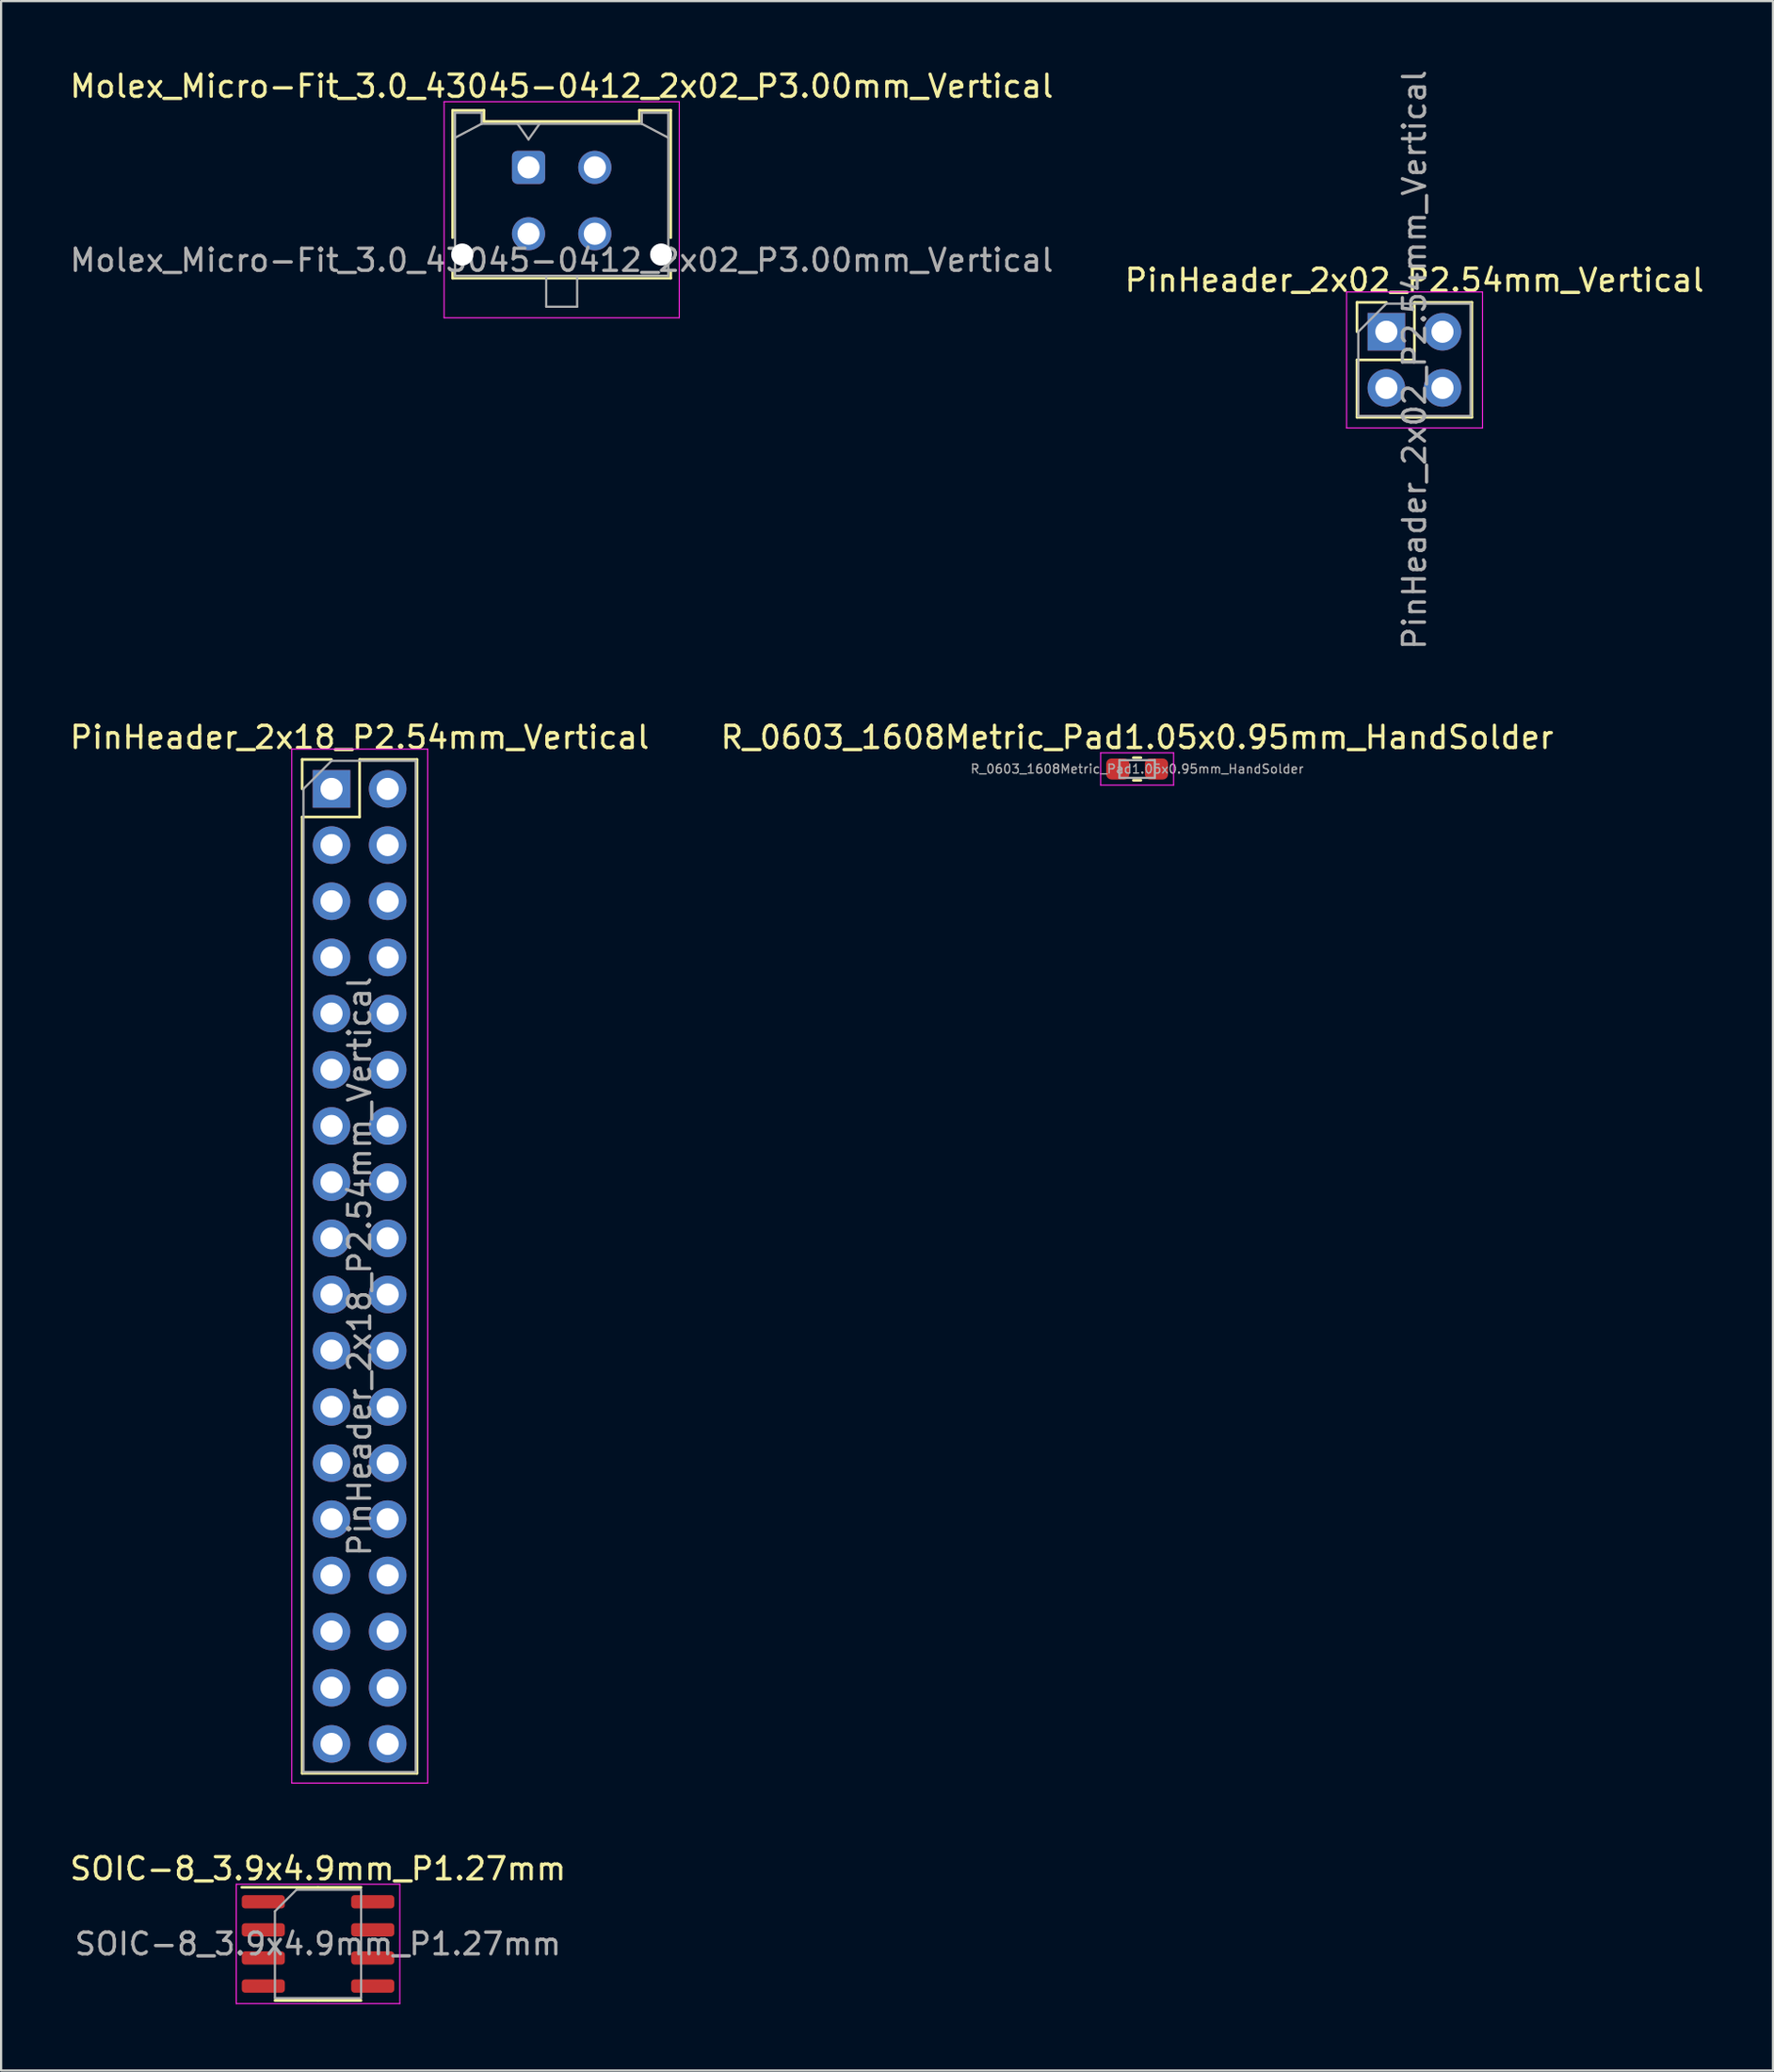
<source format=kicad_pcb>
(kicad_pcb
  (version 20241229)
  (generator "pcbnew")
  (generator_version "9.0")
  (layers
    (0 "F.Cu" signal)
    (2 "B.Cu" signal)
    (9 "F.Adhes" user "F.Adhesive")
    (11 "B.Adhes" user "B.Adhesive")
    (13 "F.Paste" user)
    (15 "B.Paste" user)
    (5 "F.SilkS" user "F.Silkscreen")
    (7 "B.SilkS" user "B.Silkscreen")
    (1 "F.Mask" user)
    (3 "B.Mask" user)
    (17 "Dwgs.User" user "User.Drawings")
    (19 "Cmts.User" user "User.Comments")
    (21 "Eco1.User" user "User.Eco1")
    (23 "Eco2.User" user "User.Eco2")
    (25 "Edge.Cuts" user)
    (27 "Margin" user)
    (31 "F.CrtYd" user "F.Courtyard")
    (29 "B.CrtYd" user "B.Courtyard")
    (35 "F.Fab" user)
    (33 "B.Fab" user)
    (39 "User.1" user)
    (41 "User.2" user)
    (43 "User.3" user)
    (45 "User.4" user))
  (footprint "PinHeader_2x18_P2.54mm_Vertical"
    (layer "F.Cu")
    (at 11.95 32.619)
    (property "Reference" "PinHeader_2x18_P2.54mm_Vertical" (at 1.27 -2.33 180) (layer "F.SilkS") (effects (font (size 1 1) (thickness 0.15))))
    (attr through_hole)
    (fp_line (start -1.33 -1.33) (end 0 -1.33) (stroke (width 0.12) (type solid)) (layer "F.SilkS"))
    (fp_line (start -1.33 0) (end -1.33 -1.33) (stroke (width 0.12) (type solid)) (layer "F.SilkS"))
    (fp_line (start -1.33 1.27) (end -1.33 44.51) (stroke (width 0.12) (type solid)) (layer "F.SilkS"))
    (fp_line (start -1.33 1.27) (end 1.27 1.27) (stroke (width 0.12) (type solid)) (layer "F.SilkS"))
    (fp_line (start -1.33 44.51) (end 3.87 44.51) (stroke (width 0.12) (type solid)) (layer "F.SilkS"))
    (fp_line (start 1.27 -1.33) (end 3.87 -1.33) (stroke (width 0.12) (type solid)) (layer "F.SilkS"))
    (fp_line (start 1.27 1.27) (end 1.27 -1.33) (stroke (width 0.12) (type solid)) (layer "F.SilkS"))
    (fp_line (start 3.87 -1.33) (end 3.87 44.51) (stroke (width 0.12) (type solid)) (layer "F.SilkS"))
    (fp_line (start -1.8 -1.8) (end -1.8 44.95) (stroke (width 0.05) (type solid)) (layer "F.CrtYd"))
    (fp_line (start -1.8 44.95) (end 4.35 44.95) (stroke (width 0.05) (type solid)) (layer "F.CrtYd"))
    (fp_line (start 4.35 -1.8) (end -1.8 -1.8) (stroke (width 0.05) (type solid)) (layer "F.CrtYd"))
    (fp_line (start 4.35 44.95) (end 4.35 -1.8) (stroke (width 0.05) (type solid)) (layer "F.CrtYd"))
    (fp_line (start -1.27 0) (end 0 -1.27) (stroke (width 0.1) (type solid)) (layer "F.Fab"))
    (fp_line (start -1.27 44.45) (end -1.27 0) (stroke (width 0.1) (type solid)) (layer "F.Fab"))
    (fp_line (start 0 -1.27) (end 3.81 -1.27) (stroke (width 0.1) (type solid)) (layer "F.Fab"))
    (fp_line (start 3.81 -1.27) (end 3.81 44.45) (stroke (width 0.1) (type solid)) (layer "F.Fab"))
    (fp_line (start 3.81 44.45) (end -1.27 44.45) (stroke (width 0.1) (type solid)) (layer "F.Fab"))
    (fp_text user "${REFERENCE}" (at 1.27 21.59 90) (layer "F.Fab") (effects (font (size 1 1) (thickness 0.15))))
    (pad "1" thru_hole rect (at 0 0) (size 1.7 1.7) (drill 1) (layers "*.Cu" "*.Mask"))
    (pad "2" thru_hole oval (at 2.54 0) (size 1.7 1.7) (drill 1) (layers "*.Cu" "*.Mask"))
    (pad "3" thru_hole oval (at 0 2.54) (size 1.7 1.7) (drill 1) (layers "*.Cu" "*.Mask"))
    (pad "4" thru_hole oval (at 2.54 2.54) (size 1.7 1.7) (drill 1) (layers "*.Cu" "*.Mask"))
    (pad "5" thru_hole oval (at 0 5.08) (size 1.7 1.7) (drill 1) (layers "*.Cu" "*.Mask"))
    (pad "6" thru_hole oval (at 2.54 5.08) (size 1.7 1.7) (drill 1) (layers "*.Cu" "*.Mask"))
    (pad "7" thru_hole oval (at 0 7.62) (size 1.7 1.7) (drill 1) (layers "*.Cu" "*.Mask"))
    (pad "8" thru_hole oval (at 2.54 7.62) (size 1.7 1.7) (drill 1) (layers "*.Cu" "*.Mask"))
    (pad "9" thru_hole oval (at 0 10.16) (size 1.7 1.7) (drill 1) (layers "*.Cu" "*.Mask"))
    (pad "10" thru_hole oval (at 2.54 10.16) (size 1.7 1.7) (drill 1) (layers "*.Cu" "*.Mask"))
    (pad "11" thru_hole oval (at 0 12.7) (size 1.7 1.7) (drill 1) (layers "*.Cu" "*.Mask"))
    (pad "12" thru_hole oval (at 2.54 12.7) (size 1.7 1.7) (drill 1) (layers "*.Cu" "*.Mask"))
    (pad "13" thru_hole oval (at 0 15.24) (size 1.7 1.7) (drill 1) (layers "*.Cu" "*.Mask"))
    (pad "14" thru_hole oval (at 2.54 15.24) (size 1.7 1.7) (drill 1) (layers "*.Cu" "*.Mask"))
    (pad "15" thru_hole oval (at 0 17.78) (size 1.7 1.7) (drill 1) (layers "*.Cu" "*.Mask"))
    (pad "16" thru_hole oval (at 2.54 17.78) (size 1.7 1.7) (drill 1) (layers "*.Cu" "*.Mask"))
    (pad "17" thru_hole oval (at 0 20.32) (size 1.7 1.7) (drill 1) (layers "*.Cu" "*.Mask"))
    (pad "18" thru_hole oval (at 2.54 20.32) (size 1.7 1.7) (drill 1) (layers "*.Cu" "*.Mask"))
    (pad "19" thru_hole oval (at 0 22.86) (size 1.7 1.7) (drill 1) (layers "*.Cu" "*.Mask"))
    (pad "20" thru_hole oval (at 2.54 22.86) (size 1.7 1.7) (drill 1) (layers "*.Cu" "*.Mask"))
    (pad "21" thru_hole oval (at 0 25.4) (size 1.7 1.7) (drill 1) (layers "*.Cu" "*.Mask"))
    (pad "22" thru_hole oval (at 2.54 25.4) (size 1.7 1.7) (drill 1) (layers "*.Cu" "*.Mask"))
    (pad "23" thru_hole oval (at 0 27.94) (size 1.7 1.7) (drill 1) (layers "*.Cu" "*.Mask"))
    (pad "24" thru_hole oval (at 2.54 27.94) (size 1.7 1.7) (drill 1) (layers "*.Cu" "*.Mask"))
    (pad "25" thru_hole oval (at 0 30.48) (size 1.7 1.7) (drill 1) (layers "*.Cu" "*.Mask"))
    (pad "26" thru_hole oval (at 2.54 30.48) (size 1.7 1.7) (drill 1) (layers "*.Cu" "*.Mask"))
    (pad "27" thru_hole oval (at 0 33.02) (size 1.7 1.7) (drill 1) (layers "*.Cu" "*.Mask"))
    (pad "28" thru_hole oval (at 2.54 33.02) (size 1.7 1.7) (drill 1) (layers "*.Cu" "*.Mask"))
    (pad "29" thru_hole oval (at 0 35.56) (size 1.7 1.7) (drill 1) (layers "*.Cu" "*.Mask"))
    (pad "30" thru_hole oval (at 2.54 35.56) (size 1.7 1.7) (drill 1) (layers "*.Cu" "*.Mask"))
    (pad "31" thru_hole oval (at 0 38.1) (size 1.7 1.7) (drill 1) (layers "*.Cu" "*.Mask"))
    (pad "32" thru_hole oval (at 2.54 38.1) (size 1.7 1.7) (drill 1) (layers "*.Cu" "*.Mask"))
    (pad "33" thru_hole oval (at 0 40.64) (size 1.7 1.7) (drill 1) (layers "*.Cu" "*.Mask"))
    (pad "34" thru_hole oval (at 2.54 40.64) (size 1.7 1.7) (drill 1) (layers "*.Cu" "*.Mask"))
    (pad "35" thru_hole oval (at 0 43.18) (size 1.7 1.7) (drill 1) (layers "*.Cu" "*.Mask"))
    (pad "36" thru_hole oval (at 2.54 43.18) (size 1.7 1.7) (drill 1) (layers "*.Cu" "*.Mask")))
  (footprint "R_0603_1608Metric_Pad1.05x0.95mm_HandSolder"
    (layer "F.Cu")
    (at 48.399 31.719)
    (property "Reference" "R_0603_1608Metric_Pad1.05x0.95mm_HandSolder" (at 0 -1.43 180) (layer "F.SilkS") (effects (font (size 1 1) (thickness 0.15))))
    (attr smd)
    (fp_line (start -0.171 -0.51) (end 0.171 -0.51) (stroke (width 0.12) (type solid)) (layer "F.SilkS"))
    (fp_line (start -0.171 0.51) (end 0.171 0.51) (stroke (width 0.12) (type solid)) (layer "F.SilkS"))
    (fp_line (start -1.65 -0.73) (end 1.65 -0.73) (stroke (width 0.05) (type solid)) (layer "F.CrtYd"))
    (fp_line (start -1.65 0.73) (end -1.65 -0.73) (stroke (width 0.05) (type solid)) (layer "F.CrtYd"))
    (fp_line (start 1.65 -0.73) (end 1.65 0.73) (stroke (width 0.05) (type solid)) (layer "F.CrtYd"))
    (fp_line (start 1.65 0.73) (end -1.65 0.73) (stroke (width 0.05) (type solid)) (layer "F.CrtYd"))
    (fp_line (start -0.8 -0.4) (end 0.8 -0.4) (stroke (width 0.1) (type solid)) (layer "F.Fab"))
    (fp_line (start -0.8 0.4) (end -0.8 -0.4) (stroke (width 0.1) (type solid)) (layer "F.Fab"))
    (fp_line (start 0.8 -0.4) (end 0.8 0.4) (stroke (width 0.1) (type solid)) (layer "F.Fab"))
    (fp_line (start 0.8 0.4) (end -0.8 0.4) (stroke (width 0.1) (type solid)) (layer "F.Fab"))
    (fp_text user "${REFERENCE}" (at 0 0 180) (layer "F.Fab") (effects (font (size 0.4 0.4) (thickness 0.06))))
    (pad "1" smd roundrect (at -0.875 0) (size 1.05 0.95) (layers "F.Cu" "F.Mask" "F.Paste") (roundrect_rratio 0.25))
    (pad "2" smd roundrect (at 0.875 0) (size 1.05 0.95) (layers "F.Cu" "F.Mask" "F.Paste") (roundrect_rratio 0.25)))
  (footprint "SOIC-8_3.9x4.9mm_P1.27mm"
    (layer "F.Cu")
    (at 11.339 84.842)
    (property "Reference" "SOIC-8_3.9x4.9mm_P1.27mm" (at 0 -3.4 180) (layer "F.SilkS") (effects (font (size 1 1) (thickness 0.15))))
    (attr smd)
    (fp_line (start 0 -2.56) (end -3.45 -2.56) (stroke (width 0.12) (type solid)) (layer "F.SilkS"))
    (fp_line (start 0 -2.56) (end 1.95 -2.56) (stroke (width 0.12) (type solid)) (layer "F.SilkS"))
    (fp_line (start 0 2.56) (end -1.95 2.56) (stroke (width 0.12) (type solid)) (layer "F.SilkS"))
    (fp_line (start 0 2.56) (end 1.95 2.56) (stroke (width 0.12) (type solid)) (layer "F.SilkS"))
    (fp_line (start -3.7 -2.7) (end -3.7 2.7) (stroke (width 0.05) (type solid)) (layer "F.CrtYd"))
    (fp_line (start -3.7 2.7) (end 3.7 2.7) (stroke (width 0.05) (type solid)) (layer "F.CrtYd"))
    (fp_line (start 3.7 -2.7) (end -3.7 -2.7) (stroke (width 0.05) (type solid)) (layer "F.CrtYd"))
    (fp_line (start 3.7 2.7) (end 3.7 -2.7) (stroke (width 0.05) (type solid)) (layer "F.CrtYd"))
    (fp_line (start -1.95 -1.475) (end -0.975 -2.45) (stroke (width 0.1) (type solid)) (layer "F.Fab"))
    (fp_line (start -1.95 2.45) (end -1.95 -1.475) (stroke (width 0.1) (type solid)) (layer "F.Fab"))
    (fp_line (start -0.975 -2.45) (end 1.95 -2.45) (stroke (width 0.1) (type solid)) (layer "F.Fab"))
    (fp_line (start 1.95 -2.45) (end 1.95 2.45) (stroke (width 0.1) (type solid)) (layer "F.Fab"))
    (fp_line (start 1.95 2.45) (end -1.95 2.45) (stroke (width 0.1) (type solid)) (layer "F.Fab"))
    (fp_text user "${REFERENCE}" (at 0 0 180) (layer "F.Fab") (effects (font (size 0.98 0.98) (thickness 0.15))))
    (pad "1" smd roundrect (at -2.475 -1.905) (size 1.95 0.6) (layers "F.Cu" "F.Mask" "F.Paste") (roundrect_rratio 0.25))
    (pad "2" smd roundrect (at -2.475 -0.635) (size 1.95 0.6) (layers "F.Cu" "F.Mask" "F.Paste") (roundrect_rratio 0.25))
    (pad "3" smd roundrect (at -2.475 0.635) (size 1.95 0.6) (layers "F.Cu" "F.Mask" "F.Paste") (roundrect_rratio 0.25))
    (pad "4" smd roundrect (at -2.475 1.905) (size 1.95 0.6) (layers "F.Cu" "F.Mask" "F.Paste") (roundrect_rratio 0.25))
    (pad "5" smd roundrect (at 2.475 1.905) (size 1.95 0.6) (layers "F.Cu" "F.Mask" "F.Paste") (roundrect_rratio 0.25))
    (pad "6" smd roundrect (at 2.475 0.635) (size 1.95 0.6) (layers "F.Cu" "F.Mask" "F.Paste") (roundrect_rratio 0.25))
    (pad "7" smd roundrect (at 2.475 -0.635) (size 1.95 0.6) (layers "F.Cu" "F.Mask" "F.Paste") (roundrect_rratio 0.25))
    (pad "8" smd roundrect (at 2.475 -1.905) (size 1.95 0.6) (layers "F.Cu" "F.Mask" "F.Paste") (roundrect_rratio 0.25)))
  (footprint "Molex_Micro-Fit_3.0_43045-0412_2x02_P3.00mm_Vertical"
    (layer "F.Cu")
    (at 20.863 4.518)
    (property "Reference" "Molex_Micro-Fit_3.0_43045-0412_2x02_P3.00mm_Vertical" (at 1.5 -3.67 0) (layer "F.SilkS") (effects (font (size 1 1) (thickness 0.15))))
    (attr through_hole)
    (fp_line (start -3.435 -2.58) (end -2.015 -2.58) (stroke (width 0.12) (type solid)) (layer "F.SilkS"))
    (fp_line (start -3.435 3.18) (end -3.435 -2.58) (stroke (width 0.12) (type solid)) (layer "F.SilkS"))
    (fp_line (start -3.435 4.7) (end -3.435 5.01) (stroke (width 0.12) (type solid)) (layer "F.SilkS"))
    (fp_line (start -3.435 5.01) (end 6.435 5.01) (stroke (width 0.12) (type solid)) (layer "F.SilkS"))
    (fp_line (start -2.015 -2.58) (end -2.015 -2.08) (stroke (width 0.12) (type solid)) (layer "F.SilkS"))
    (fp_line (start -2.015 -2.08) (end 5.015 -2.08) (stroke (width 0.12) (type solid)) (layer "F.SilkS"))
    (fp_line (start 5.015 -2.58) (end 6.435 -2.58) (stroke (width 0.12) (type solid)) (layer "F.SilkS"))
    (fp_line (start 5.015 -2.08) (end 5.015 -2.58) (stroke (width 0.12) (type solid)) (layer "F.SilkS"))
    (fp_line (start 6.435 -2.58) (end 6.435 3.18) (stroke (width 0.12) (type solid)) (layer "F.SilkS"))
    (fp_line (start 6.435 5.01) (end 6.435 4.7) (stroke (width 0.12) (type solid)) (layer "F.SilkS"))
    (fp_line (start -3.82 -2.97) (end 6.82 -2.97) (stroke (width 0.05) (type solid)) (layer "F.CrtYd"))
    (fp_line (start -3.82 6.8) (end -3.82 -2.97) (stroke (width 0.05) (type solid)) (layer "F.CrtYd"))
    (fp_line (start 6.82 -2.97) (end 6.82 6.8) (stroke (width 0.05) (type solid)) (layer "F.CrtYd"))
    (fp_line (start 6.82 6.8) (end -3.82 6.8) (stroke (width 0.05) (type solid)) (layer "F.CrtYd"))
    (fp_line (start -3.325 -2.47) (end -3.325 4.9) (stroke (width 0.1) (type solid)) (layer "F.Fab"))
    (fp_line (start -3.325 -1.34) (end -2.125 -1.97) (stroke (width 0.1) (type solid)) (layer "F.Fab"))
    (fp_line (start -3.325 4.9) (end 6.325 4.9) (stroke (width 0.1) (type solid)) (layer "F.Fab"))
    (fp_line (start -2.125 -2.47) (end -3.325 -2.47) (stroke (width 0.1) (type solid)) (layer "F.Fab"))
    (fp_line (start -2.125 -1.97) (end -2.125 -2.47) (stroke (width 0.1) (type solid)) (layer "F.Fab"))
    (fp_line (start -0.5 -1.97) (end 0 -1.263) (stroke (width 0.1) (type solid)) (layer "F.Fab"))
    (fp_line (start 0 -1.263) (end 0.5 -1.97) (stroke (width 0.1) (type solid)) (layer "F.Fab"))
    (fp_line (start 0.8 4.9) (end 0.8 6.3) (stroke (width 0.1) (type solid)) (layer "F.Fab"))
    (fp_line (start 0.8 6.3) (end 2.2 6.3) (stroke (width 0.1) (type solid)) (layer "F.Fab"))
    (fp_line (start 2.2 6.3) (end 2.2 4.9) (stroke (width 0.1) (type solid)) (layer "F.Fab"))
    (fp_line (start 5.125 -2.47) (end 5.125 -1.97) (stroke (width 0.1) (type solid)) (layer "F.Fab"))
    (fp_line (start 5.125 -1.97) (end -2.125 -1.97) (stroke (width 0.1) (type solid)) (layer "F.Fab"))
    (fp_line (start 6.325 -2.47) (end 5.125 -2.47) (stroke (width 0.1) (type solid)) (layer "F.Fab"))
    (fp_line (start 6.325 -1.34) (end 5.125 -1.97) (stroke (width 0.1) (type solid)) (layer "F.Fab"))
    (fp_line (start 6.325 4.9) (end 6.325 -2.47) (stroke (width 0.1) (type solid)) (layer "F.Fab"))
    (fp_text user "${REFERENCE}" (at 1.5 4.2 0) (layer "F.Fab") (effects (font (size 1 1) (thickness 0.15))))
    (pad "" np_thru_hole circle (at -3 3.94) (size 1 1) (drill 1) (layers "*.Cu" "*.Mask"))
    (pad "" np_thru_hole circle (at 6 3.94) (size 1 1) (drill 1) (layers "*.Cu" "*.Mask"))
    (pad "1" thru_hole roundrect (at 0 0) (size 1.5 1.5) (drill 1) (layers "*.Cu" "*.Mask") (roundrect_rratio 0.167))
    (pad "2" thru_hole circle (at 3 0) (size 1.5 1.5) (drill 1) (layers "*.Cu" "*.Mask"))
    (pad "3" thru_hole circle (at 0 3) (size 1.5 1.5) (drill 1) (layers "*.Cu" "*.Mask"))
    (pad "4" thru_hole circle (at 3 3) (size 1.5 1.5) (drill 1) (layers "*.Cu" "*.Mask")))
  (footprint "PinHeader_2x02_P2.54mm_Vertical"
    (layer "F.Cu")
    (at 59.676 11.95)
    (property "Reference" "PinHeader_2x02_P2.54mm_Vertical" (at 1.27 -2.33 0) (layer "F.SilkS") (effects (font (size 1 1) (thickness 0.15))))
    (attr through_hole)
    (fp_line (start -1.33 -1.33) (end 0 -1.33) (stroke (width 0.12) (type solid)) (layer "F.SilkS"))
    (fp_line (start -1.33 0) (end -1.33 -1.33) (stroke (width 0.12) (type solid)) (layer "F.SilkS"))
    (fp_line (start -1.33 1.27) (end -1.33 3.87) (stroke (width 0.12) (type solid)) (layer "F.SilkS"))
    (fp_line (start -1.33 1.27) (end 1.27 1.27) (stroke (width 0.12) (type solid)) (layer "F.SilkS"))
    (fp_line (start -1.33 3.87) (end 3.87 3.87) (stroke (width 0.12) (type solid)) (layer "F.SilkS"))
    (fp_line (start 1.27 -1.33) (end 3.87 -1.33) (stroke (width 0.12) (type solid)) (layer "F.SilkS"))
    (fp_line (start 1.27 1.27) (end 1.27 -1.33) (stroke (width 0.12) (type solid)) (layer "F.SilkS"))
    (fp_line (start 3.87 -1.33) (end 3.87 3.87) (stroke (width 0.12) (type solid)) (layer "F.SilkS"))
    (fp_line (start -1.8 -1.8) (end -1.8 4.35) (stroke (width 0.05) (type solid)) (layer "F.CrtYd"))
    (fp_line (start -1.8 4.35) (end 4.35 4.35) (stroke (width 0.05) (type solid)) (layer "F.CrtYd"))
    (fp_line (start 4.35 -1.8) (end -1.8 -1.8) (stroke (width 0.05) (type solid)) (layer "F.CrtYd"))
    (fp_line (start 4.35 4.35) (end 4.35 -1.8) (stroke (width 0.05) (type solid)) (layer "F.CrtYd"))
    (fp_line (start -1.27 0) (end 0 -1.27) (stroke (width 0.1) (type solid)) (layer "F.Fab"))
    (fp_line (start -1.27 3.81) (end -1.27 0) (stroke (width 0.1) (type solid)) (layer "F.Fab"))
    (fp_line (start 0 -1.27) (end 3.81 -1.27) (stroke (width 0.1) (type solid)) (layer "F.Fab"))
    (fp_line (start 3.81 -1.27) (end 3.81 3.81) (stroke (width 0.1) (type solid)) (layer "F.Fab"))
    (fp_line (start 3.81 3.81) (end -1.27 3.81) (stroke (width 0.1) (type solid)) (layer "F.Fab"))
    (fp_text user "${REFERENCE}" (at 1.27 1.27 90) (layer "F.Fab") (effects (font (size 1 1) (thickness 0.15))))
    (pad "1" thru_hole rect (at 0 0) (size 1.7 1.7) (drill 1) (layers "*.Cu" "*.Mask"))
    (pad "2" thru_hole oval (at 2.54 0) (size 1.7 1.7) (drill 1) (layers "*.Cu" "*.Mask"))
    (pad "3" thru_hole oval (at 0 2.54) (size 1.7 1.7) (drill 1) (layers "*.Cu" "*.Mask"))
    (pad "4" thru_hole oval (at 2.54 2.54) (size 1.7 1.7) (drill 1) (layers "*.Cu" "*.Mask")))
  (gr_rect
    (start -3 -3)
    (end 77.167 90.567)
    (stroke (width 0.1) (type default))
    (fill no)
    (layer "Edge.Cuts")))
</source>
